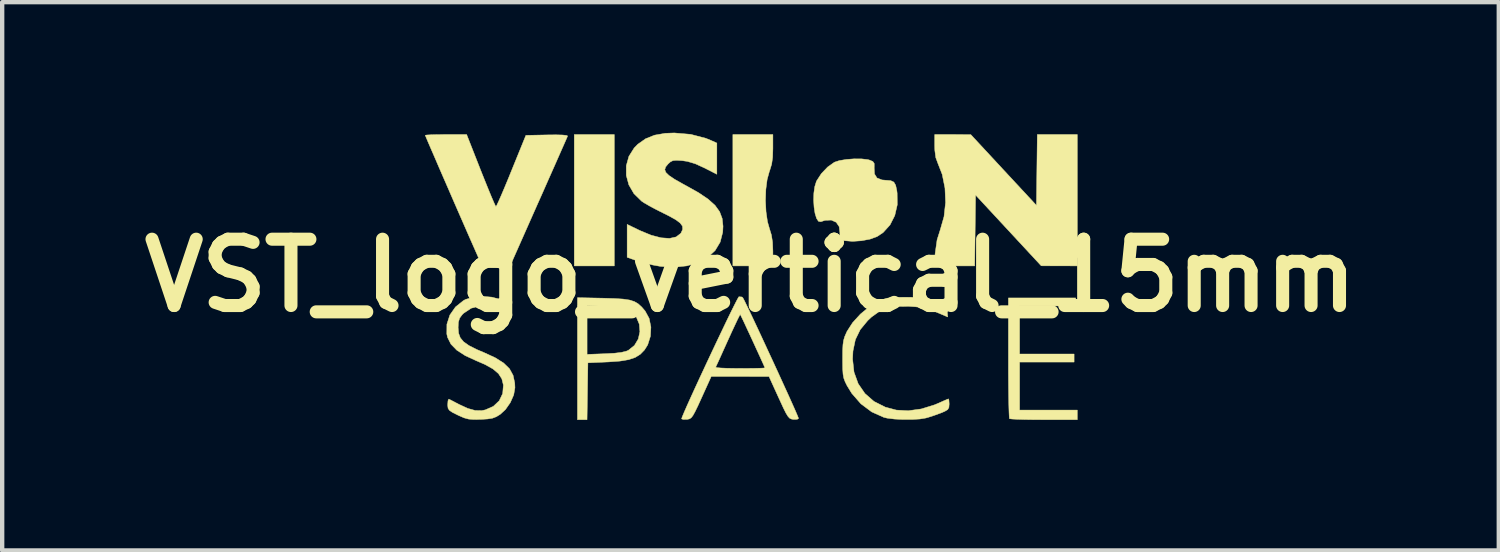
<source format=kicad_pcb>
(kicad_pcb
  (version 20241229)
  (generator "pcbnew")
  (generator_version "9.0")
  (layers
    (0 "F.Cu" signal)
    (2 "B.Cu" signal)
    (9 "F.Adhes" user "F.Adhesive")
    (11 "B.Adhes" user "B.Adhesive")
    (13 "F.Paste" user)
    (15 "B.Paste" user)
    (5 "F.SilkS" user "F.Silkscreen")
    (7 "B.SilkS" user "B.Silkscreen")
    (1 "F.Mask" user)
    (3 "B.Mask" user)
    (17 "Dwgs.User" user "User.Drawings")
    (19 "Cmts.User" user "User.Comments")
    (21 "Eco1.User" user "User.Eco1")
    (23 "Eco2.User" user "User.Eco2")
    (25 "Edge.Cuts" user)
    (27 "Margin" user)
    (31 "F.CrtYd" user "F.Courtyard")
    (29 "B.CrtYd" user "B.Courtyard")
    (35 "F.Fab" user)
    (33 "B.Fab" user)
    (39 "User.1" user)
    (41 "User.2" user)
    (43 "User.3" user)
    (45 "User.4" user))
  (footprint "VST_logo_vertical_15mm"
    (layer "F.Cu")
    (at 14.195 3.281)
    (property "Reference" "VST_logo_vertical_15mm" (at 0 0 0) (layer "F.SilkS") (effects (font (size 1.524 1.524) (thickness 0.3))))
    (attr through_hole)
    (fp_poly (pts (xy -3.129 -0.221) (xy -4.049 -0.221) (xy -4.049 -3.239) (xy -3.129 -3.239) (xy -3.129 -0.221)) (stroke (width 0.01) (type solid)) (fill yes) (layer "F.SilkS"))
    (fp_poly (pts (xy 0.515 -2.917) (xy 0.509 -2.717) (xy 0.487 -2.56) (xy 0.444 -2.419) (xy 0.434 -2.393) (xy 0.383 -2.208) (xy 0.353 -1.977) (xy 0.344 -1.722) (xy 0.357 -1.468) (xy 0.39 -1.239) (xy 0.433 -1.087) (xy 0.481 -0.931) (xy 0.507 -0.765) (xy 0.515 -0.561) (xy 0.515 -0.544) (xy 0.515 -0.221) (xy -0.405 -0.221) (xy -0.405 -3.239) (xy 0.515 -3.239) (xy 0.515 -2.917)) (stroke (width 0.01) (type solid)) (fill yes) (layer "F.SilkS"))
    (fp_poly (pts (xy 7.473 0.699) (xy 6.184 0.699) (xy 6.184 1.804) (xy 7.436 1.804) (xy 7.436 1.988) (xy 6.184 1.988) (xy 6.184 3.092) (xy 7.51 3.092) (xy 7.51 3.313) (xy 6.743 3.313) (xy 6.512 3.312) (xy 6.307 3.309) (xy 6.138 3.304) (xy 6.018 3.298) (xy 5.956 3.291) (xy 5.951 3.289) (xy 5.946 3.247) (xy 5.941 3.141) (xy 5.936 2.977) (xy 5.932 2.765) (xy 5.929 2.512) (xy 5.927 2.226) (xy 5.927 1.917) (xy 5.927 1.89) (xy 5.927 0.515) (xy 7.473 0.515) (xy 7.473 0.699)) (stroke (width 0.01) (type solid)) (fill yes) (layer "F.SilkS"))
    (fp_poly (pts (xy 7.51 -0.221) (xy 7.095 -0.222) (xy 6.681 -0.223) (xy 5.927 -1.036) (xy 5.172 -1.85) (xy 5.162 -1.035) (xy 5.152 -0.221) (xy 4.228 -0.221) (xy 4.243 -0.506) (xy 4.288 -0.821) (xy 4.36 -1.049) (xy 4.447 -1.352) (xy 4.483 -1.679) (xy 4.469 -2.009) (xy 4.406 -2.323) (xy 4.307 -2.576) (xy 4.258 -2.709) (xy 4.236 -2.876) (xy 4.233 -2.98) (xy 4.233 -3.239) (xy 4.647 -3.239) (xy 5.062 -3.238) (xy 5.816 -2.425) (xy 6.571 -1.612) (xy 6.591 -3.239) (xy 7.51 -3.239) (xy 7.51 -0.221)) (stroke (width 0.01) (type solid)) (fill yes) (layer "F.SilkS"))
    (fp_poly (pts (xy -3.377 0.521) (xy -3.122 0.529) (xy -2.928 0.541) (xy -2.781 0.563) (xy -2.669 0.598) (xy -2.579 0.651) (xy -2.499 0.724) (xy -2.422 0.814) (xy -2.329 0.984) (xy -2.288 1.185) (xy -2.299 1.394) (xy -2.362 1.593) (xy -2.435 1.71) (xy -2.531 1.809) (xy -2.648 1.882) (xy -2.799 1.933) (xy -2.997 1.966) (xy -3.255 1.985) (xy -3.276 1.986) (xy -3.736 2.006) (xy -3.756 3.313) (xy -3.976 3.313) (xy -3.976 1.812) (xy -3.755 1.812) (xy -3.341 1.797) (xy -3.122 1.785) (xy -2.965 1.766) (xy -2.854 1.739) (xy -2.805 1.718) (xy -2.666 1.606) (xy -2.578 1.458) (xy -2.541 1.29) (xy -2.555 1.118) (xy -2.621 0.959) (xy -2.738 0.829) (xy -2.805 0.786) (xy -2.895 0.752) (xy -3.023 0.728) (xy -3.204 0.712) (xy -3.341 0.706) (xy -3.755 0.691) (xy -3.755 1.812) (xy -3.976 1.812) (xy -3.976 0.509) (xy -3.377 0.521)) (stroke (width 0.01) (type solid)) (fill yes) (layer "F.SilkS"))
    (fp_poly (pts (xy 2.553 -2.68) (xy 2.693 -2.664) (xy 2.729 -2.655) (xy 2.811 -2.621) (xy 2.843 -2.575) (xy 2.843 -2.487) (xy 2.842 -2.475) (xy 2.85 -2.333) (xy 2.907 -2.242) (xy 3.02 -2.197) (xy 3.11 -2.189) (xy 3.223 -2.18) (xy 3.294 -2.147) (xy 3.336 -2.075) (xy 3.363 -1.95) (xy 3.37 -1.892) (xy 3.373 -1.626) (xy 3.316 -1.379) (xy 3.206 -1.162) (xy 3.047 -0.987) (xy 2.907 -0.894) (xy 2.747 -0.836) (xy 2.549 -0.799) (xy 2.345 -0.785) (xy 2.17 -0.8) (xy 2.153 -0.803) (xy 2.083 -0.827) (xy 2.054 -0.868) (xy 2.053 -0.952) (xy 2.055 -0.977) (xy 2.038 -1.123) (xy 1.969 -1.224) (xy 1.857 -1.274) (xy 1.712 -1.268) (xy 1.616 -1.236) (xy 1.562 -1.246) (xy 1.518 -1.314) (xy 1.483 -1.428) (xy 1.461 -1.571) (xy 1.451 -1.731) (xy 1.456 -1.893) (xy 1.477 -2.042) (xy 1.515 -2.165) (xy 1.521 -2.176) (xy 1.628 -2.341) (xy 1.773 -2.493) (xy 1.928 -2.603) (xy 1.93 -2.604) (xy 2.043 -2.641) (xy 2.201 -2.667) (xy 2.38 -2.681) (xy 2.553 -2.68)) (stroke (width 0.01) (type solid)) (fill yes) (layer "F.SilkS"))
    (fp_poly (pts (xy -6.197 -2.412) (xy -6.105 -2.182) (xy -6.022 -1.977) (xy -5.951 -1.805) (xy -5.895 -1.676) (xy -5.86 -1.601) (xy -5.849 -1.584) (xy -5.829 -1.616) (xy -5.786 -1.708) (xy -5.724 -1.849) (xy -5.647 -2.03) (xy -5.559 -2.242) (xy -5.494 -2.402) (xy -5.161 -3.221) (xy -4.675 -3.231) (xy -4.469 -3.233) (xy -4.317 -3.229) (xy -4.226 -3.219) (xy -4.202 -3.206) (xy -4.219 -3.166) (xy -4.263 -3.065) (xy -4.331 -2.912) (xy -4.419 -2.712) (xy -4.525 -2.472) (xy -4.646 -2.2) (xy -4.777 -1.903) (xy -4.878 -1.677) (xy -5.54 -0.184) (xy -5.842 -0.184) (xy -5.983 -0.188) (xy -6.094 -0.197) (xy -6.156 -0.21) (xy -6.162 -0.214) (xy -6.181 -0.255) (xy -6.226 -0.354) (xy -6.292 -0.504) (xy -6.376 -0.695) (xy -6.475 -0.919) (xy -6.584 -1.169) (xy -6.701 -1.436) (xy -6.821 -1.711) (xy -6.94 -1.986) (xy -7.057 -2.254) (xy -7.166 -2.505) (xy -7.263 -2.731) (xy -7.347 -2.924) (xy -7.412 -3.075) (xy -7.455 -3.177) (xy -7.473 -3.221) (xy -7.473 -3.222) (xy -7.438 -3.229) (xy -7.344 -3.234) (xy -7.203 -3.238) (xy -7.03 -3.239) (xy -6.997 -3.239) (xy -6.522 -3.239) (xy -6.197 -2.412)) (stroke (width 0.01) (type solid)) (fill yes) (layer "F.SilkS"))
    (fp_poly (pts (xy -1.374 -3.244) (xy -1.026 -3.153) (xy -0.911 -3.106) (xy -0.773 -3.044) (xy -0.773 -2.327) (xy -1.059 -2.473) (xy -1.27 -2.569) (xy -1.453 -2.623) (xy -1.571 -2.64) (xy -1.7 -2.648) (xy -1.781 -2.641) (xy -1.84 -2.612) (xy -1.892 -2.565) (xy -1.949 -2.496) (xy -1.969 -2.433) (xy -1.945 -2.369) (xy -1.872 -2.298) (xy -1.745 -2.212) (xy -1.559 -2.107) (xy -1.471 -2.059) (xy -1.189 -1.901) (xy -0.972 -1.754) (xy -0.814 -1.612) (xy -0.709 -1.466) (xy -0.65 -1.309) (xy -0.631 -1.133) (xy -0.638 -0.996) (xy -0.696 -0.769) (xy -0.813 -0.574) (xy -0.985 -0.416) (xy -1.203 -0.298) (xy -1.461 -0.222) (xy -1.752 -0.191) (xy -2.068 -0.21) (xy -2.245 -0.242) (xy -2.404 -0.28) (xy -2.565 -0.326) (xy -2.659 -0.356) (xy -2.834 -0.419) (xy -2.834 -1.175) (xy -2.54 -1.033) (xy -2.284 -0.927) (xy -2.055 -0.867) (xy -1.861 -0.853) (xy -1.708 -0.887) (xy -1.603 -0.968) (xy -1.595 -0.98) (xy -1.558 -1.061) (xy -1.563 -1.134) (xy -1.617 -1.208) (xy -1.726 -1.288) (xy -1.896 -1.381) (xy -1.995 -1.43) (xy -2.162 -1.514) (xy -2.318 -1.597) (xy -2.442 -1.669) (xy -2.502 -1.709) (xy -2.678 -1.881) (xy -2.795 -2.083) (xy -2.854 -2.301) (xy -2.854 -2.523) (xy -2.794 -2.738) (xy -2.673 -2.931) (xy -2.59 -3.016) (xy -2.41 -3.143) (xy -2.205 -3.225) (xy -1.959 -3.268) (xy -1.751 -3.276) (xy -1.374 -3.244)) (stroke (width 0.01) (type solid)) (fill yes) (layer "F.SilkS"))
    (fp_poly (pts (xy 3.589 0.499) (xy 3.795 0.502) (xy 3.948 0.512) (xy 4.07 0.53) (xy 4.183 0.561) (xy 4.27 0.591) (xy 4.396 0.641) (xy 4.469 0.68) (xy 4.504 0.724) (xy 4.518 0.786) (xy 4.521 0.816) (xy 4.532 0.952) (xy 4.263 0.838) (xy 4.103 0.777) (xy 3.956 0.739) (xy 3.789 0.718) (xy 3.644 0.708) (xy 3.372 0.71) (xy 3.149 0.748) (xy 2.957 0.827) (xy 2.779 0.955) (xy 2.693 1.036) (xy 2.521 1.245) (xy 2.41 1.473) (xy 2.355 1.736) (xy 2.346 1.919) (xy 2.379 2.22) (xy 2.475 2.486) (xy 2.63 2.712) (xy 2.838 2.893) (xy 3.097 3.024) (xy 3.351 3.092) (xy 3.625 3.107) (xy 3.925 3.066) (xy 4.231 2.971) (xy 4.333 2.928) (xy 4.442 2.879) (xy 4.522 2.845) (xy 4.551 2.834) (xy 4.56 2.867) (xy 4.565 2.946) (xy 4.565 2.959) (xy 4.559 3.032) (xy 4.531 3.081) (xy 4.464 3.121) (xy 4.371 3.16) (xy 4.231 3.211) (xy 4.09 3.257) (xy 4.031 3.274) (xy 3.892 3.297) (xy 3.707 3.308) (xy 3.504 3.308) (xy 3.306 3.298) (xy 3.14 3.277) (xy 3.065 3.259) (xy 2.787 3.135) (xy 2.537 2.948) (xy 2.327 2.707) (xy 2.218 2.529) (xy 2.174 2.44) (xy 2.144 2.359) (xy 2.127 2.267) (xy 2.119 2.146) (xy 2.117 1.975) (xy 2.117 1.914) (xy 2.118 1.725) (xy 2.125 1.59) (xy 2.14 1.488) (xy 2.166 1.401) (xy 2.207 1.308) (xy 2.218 1.284) (xy 2.347 1.083) (xy 2.527 0.886) (xy 2.735 0.714) (xy 2.936 0.596) (xy 3.033 0.553) (xy 3.12 0.525) (xy 3.217 0.509) (xy 3.341 0.501) (xy 3.513 0.499) (xy 3.589 0.499)) (stroke (width 0.01) (type solid)) (fill yes) (layer "F.SilkS"))
    (fp_poly (pts (xy -5.943 0.497) (xy -5.729 0.554) (xy -5.726 0.555) (xy -5.611 0.601) (xy -5.55 0.639) (xy -5.526 0.687) (xy -5.522 0.757) (xy -5.526 0.841) (xy -5.535 0.883) (xy -5.536 0.883) (xy -5.575 0.869) (xy -5.66 0.832) (xy -5.748 0.792) (xy -5.987 0.712) (xy -6.212 0.699) (xy -6.417 0.751) (xy -6.593 0.868) (xy -6.626 0.901) (xy -6.684 0.98) (xy -6.712 1.073) (xy -6.718 1.197) (xy -6.707 1.326) (xy -6.668 1.432) (xy -6.591 1.524) (xy -6.467 1.611) (xy -6.288 1.701) (xy -6.125 1.77) (xy -5.866 1.889) (xy -5.672 2.011) (xy -5.538 2.142) (xy -5.455 2.293) (xy -5.417 2.47) (xy -5.412 2.579) (xy -5.441 2.744) (xy -5.519 2.92) (xy -5.631 3.08) (xy -5.75 3.189) (xy -5.839 3.244) (xy -5.927 3.278) (xy -6.038 3.296) (xy -6.198 3.306) (xy -6.2 3.306) (xy -6.36 3.308) (xy -6.476 3.299) (xy -6.58 3.271) (xy -6.7 3.219) (xy -6.727 3.206) (xy -6.849 3.145) (xy -6.917 3.099) (xy -6.949 3.052) (xy -6.957 2.989) (xy -6.957 2.962) (xy -6.951 2.879) (xy -6.934 2.841) (xy -6.93 2.841) (xy -6.885 2.863) (xy -6.795 2.91) (xy -6.7 2.96) (xy -6.496 3.054) (xy -6.327 3.101) (xy -6.176 3.104) (xy -6.092 3.087) (xy -5.909 3.006) (xy -5.773 2.877) (xy -5.694 2.712) (xy -5.678 2.522) (xy -5.679 2.512) (xy -5.714 2.373) (xy -5.791 2.254) (xy -5.918 2.146) (xy -6.103 2.043) (xy -6.289 1.963) (xy -6.553 1.842) (xy -6.749 1.715) (xy -6.883 1.577) (xy -6.96 1.424) (xy -6.978 1.344) (xy -6.976 1.119) (xy -6.908 0.908) (xy -6.779 0.723) (xy -6.597 0.577) (xy -6.548 0.55) (xy -6.377 0.496) (xy -6.167 0.478) (xy -5.943 0.497)) (stroke (width 0.01) (type solid)) (fill yes) (layer "F.SilkS"))
    (fp_poly (pts (xy -0.198 0.493) (xy -0.179 0.506) (xy -0.156 0.546) (xy -0.107 0.645) (xy -0.035 0.793) (xy 0.054 0.981) (xy 0.158 1.202) (xy 0.272 1.447) (xy 0.392 1.706) (xy 0.515 1.971) (xy 0.636 2.234) (xy 0.751 2.486) (xy 0.857 2.718) (xy 0.949 2.922) (xy 1.023 3.088) (xy 1.075 3.209) (xy 1.102 3.276) (xy 1.104 3.285) (xy 1.073 3.304) (xy 0.995 3.307) (xy 0.987 3.306) (xy 0.94 3.298) (xy 0.9 3.279) (xy 0.861 3.236) (xy 0.815 3.161) (xy 0.756 3.043) (xy 0.677 2.871) (xy 0.647 2.807) (xy 0.425 2.319) (xy -0.902 2.32) (xy -1.123 2.807) (xy -1.21 2.998) (xy -1.275 3.131) (xy -1.323 3.218) (xy -1.363 3.269) (xy -1.402 3.294) (xy -1.446 3.304) (xy -1.464 3.306) (xy -1.545 3.307) (xy -1.583 3.294) (xy -1.583 3.292) (xy -1.568 3.247) (xy -1.525 3.144) (xy -1.459 2.993) (xy -1.373 2.802) (xy -1.271 2.579) (xy -1.158 2.334) (xy -1.052 2.107) (xy -0.8 2.107) (xy -0.77 2.117) (xy -0.679 2.125) (xy -0.538 2.131) (xy -0.36 2.134) (xy -0.241 2.135) (xy -0.046 2.134) (xy 0.122 2.132) (xy 0.247 2.129) (xy 0.319 2.125) (xy 0.331 2.122) (xy 0.317 2.086) (xy 0.277 1.997) (xy 0.218 1.866) (xy 0.145 1.708) (xy 0.066 1.535) (xy -0.015 1.36) (xy -0.092 1.195) (xy -0.157 1.055) (xy -0.207 0.951) (xy -0.233 0.898) (xy -0.236 0.893) (xy -0.253 0.922) (xy -0.296 1.007) (xy -0.358 1.139) (xy -0.436 1.306) (xy -0.516 1.482) (xy -0.604 1.676) (xy -0.681 1.847) (xy -0.743 1.984) (xy -0.785 2.074) (xy -0.8 2.107) (xy -1.052 2.107) (xy -1.037 2.074) (xy -0.912 1.808) (xy -0.788 1.545) (xy -0.668 1.293) (xy -0.557 1.061) (xy -0.458 0.857) (xy -0.375 0.69) (xy -0.313 0.568) (xy -0.275 0.5) (xy -0.266 0.488) (xy -0.198 0.493)) (stroke (width 0.01) (type solid)) (fill yes) (layer "F.SilkS")))
  (gr_rect
    (start -3 -3)
    (end 31.39 9.599)
    (stroke (width 0.1) (type default))
    (fill no)
    (layer "Edge.Cuts")))
</source>
